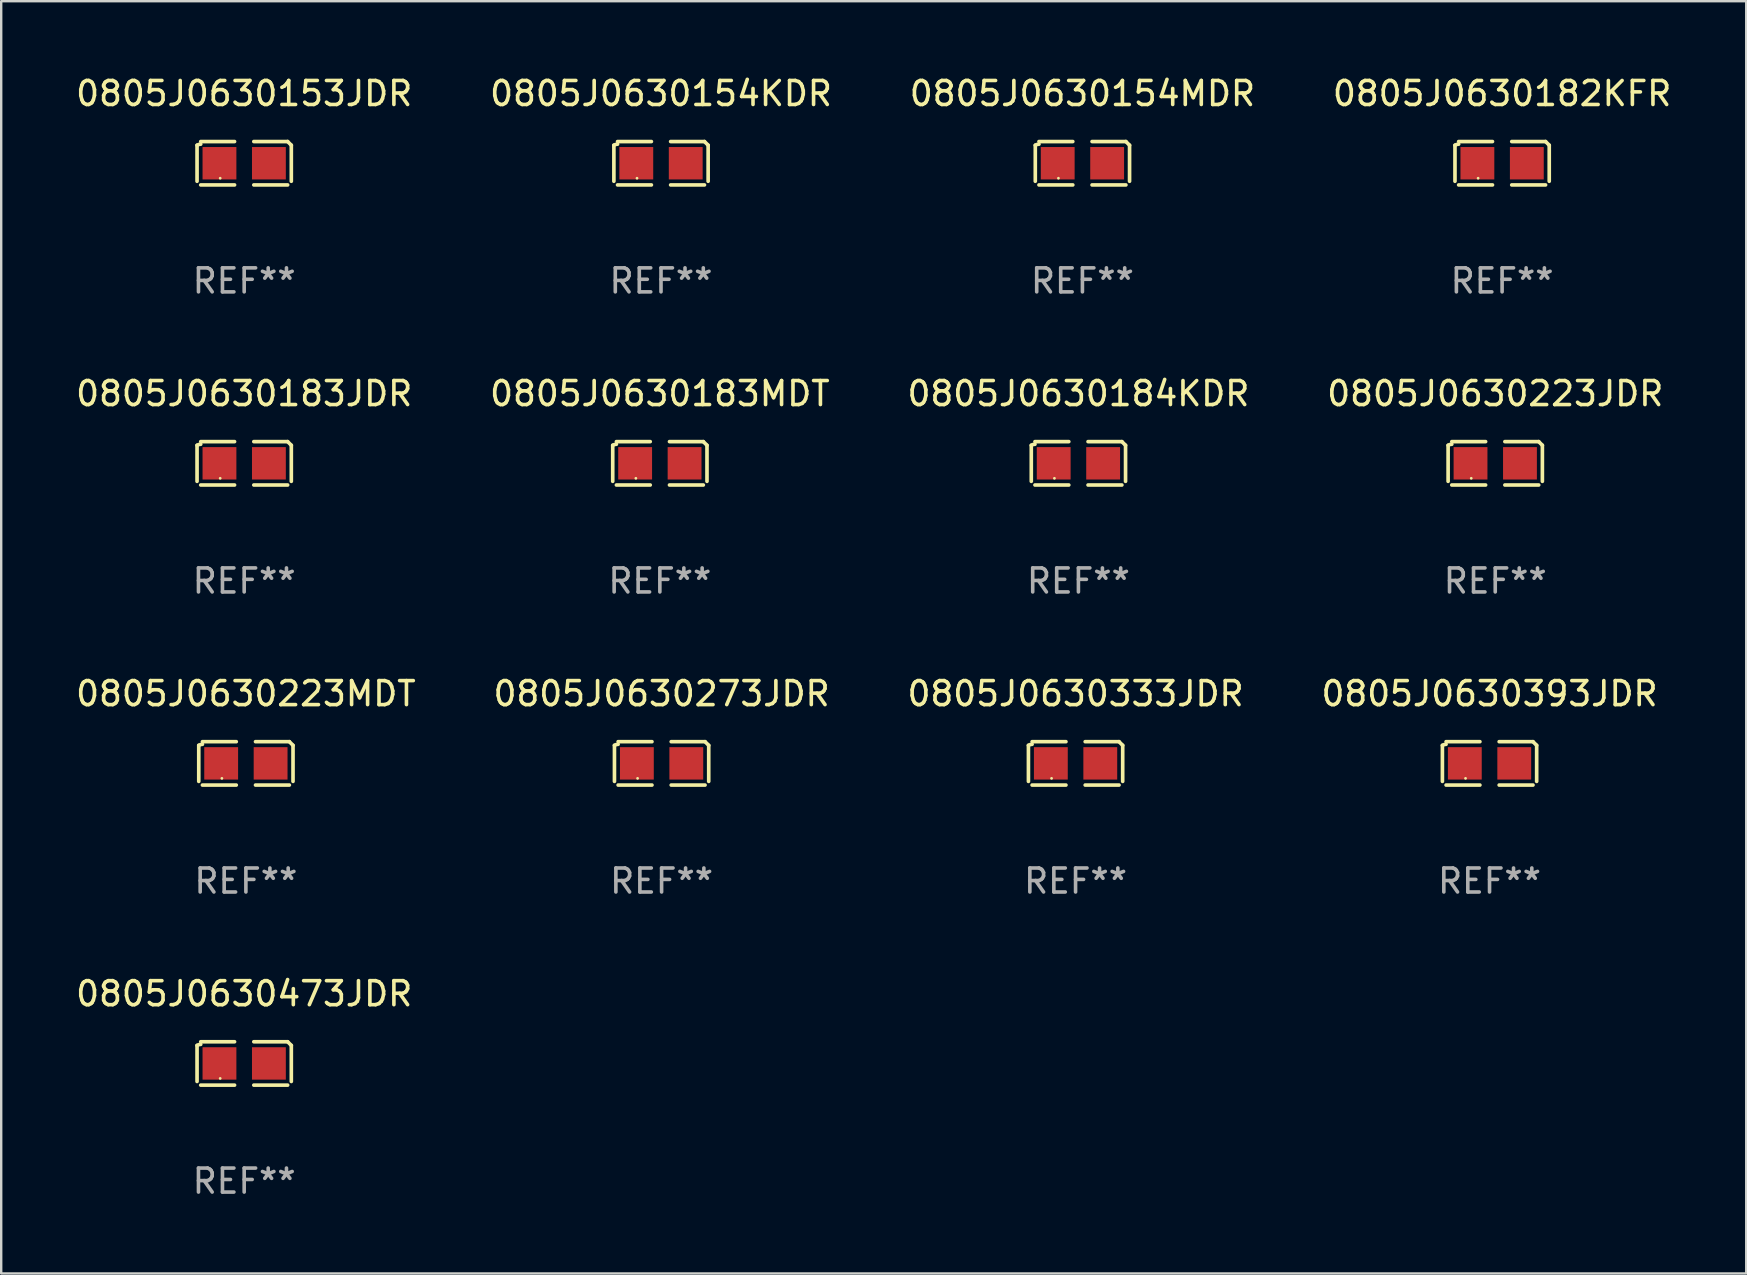
<source format=kicad_pcb>
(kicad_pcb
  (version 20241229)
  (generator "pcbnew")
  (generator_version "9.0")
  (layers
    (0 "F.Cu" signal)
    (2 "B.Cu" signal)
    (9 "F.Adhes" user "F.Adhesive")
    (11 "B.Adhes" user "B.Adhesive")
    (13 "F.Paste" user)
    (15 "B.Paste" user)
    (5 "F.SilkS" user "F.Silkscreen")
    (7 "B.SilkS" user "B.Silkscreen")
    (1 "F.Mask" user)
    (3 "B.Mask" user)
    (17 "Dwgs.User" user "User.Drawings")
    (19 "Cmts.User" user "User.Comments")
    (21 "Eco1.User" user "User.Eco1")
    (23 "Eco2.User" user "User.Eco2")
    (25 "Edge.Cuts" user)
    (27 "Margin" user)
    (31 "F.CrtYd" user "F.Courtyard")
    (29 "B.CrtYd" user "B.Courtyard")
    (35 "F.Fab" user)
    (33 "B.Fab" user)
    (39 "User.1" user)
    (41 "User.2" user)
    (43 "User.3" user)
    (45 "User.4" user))
  (footprint "0805J0630473JDR"
    (layer "F.Cu")
    (at 7.125 41.263)
    (property "Reference" "0805J0630473JDR" (at 0 -2.904 0) (layer "F.SilkS") (effects (font (size 1 1) (thickness 0.15))))
    (attr through_hole)
    (fp_line (start -1.964 0.751) (end -1.964 -0.751) (stroke (width 0.152) (type solid)) (layer "F.SilkS"))
    (fp_line (start -1.811 -0.904) (end -0.401 -0.904) (stroke (width 0.152) (type solid)) (layer "F.SilkS"))
    (fp_line (start -0.401 0.904) (end -1.811 0.904) (stroke (width 0.152) (type solid)) (layer "F.SilkS"))
    (fp_line (start 0.401 0.904) (end 1.811 0.904) (stroke (width 0.152) (type solid)) (layer "F.SilkS"))
    (fp_line (start 1.811 -0.904) (end 0.401 -0.904) (stroke (width 0.152) (type solid)) (layer "F.SilkS"))
    (fp_line (start 1.964 0.751) (end 1.964 -0.751) (stroke (width 0.152) (type solid)) (layer "F.SilkS"))
    (fp_arc (start -1.963602 -0.751207) (mid -1.890354 -0.783131) (end -1.811201 -0.794044) (stroke (width 0.1524) (type solid)) (layer "F.SilkS"))
    (fp_arc (start 1.811202 -0.903607) (mid 1.887413 -0.827418) (end 1.963602 -0.751207) (stroke (width 0.1524) (type solid)) (layer "F.SilkS"))
    (fp_circle (center -1 0.625) (end -0.97 0.625) (stroke (width 0.06) (type solid)) (fill no) (layer "F.SilkS"))
    (fp_text user "REF**" (at 0 4.904 0) (layer "F.Fab") (effects (font (size 1 1) (thickness 0.15))))
    (pad "1" smd rect (at -1.03 0) (size 1.41 1.35) (layers "F.Cu" "F.Mask" "F.Paste"))
    (pad "2" smd rect (at 1.03 0) (size 1.41 1.35) (layers "F.Cu" "F.Mask" "F.Paste")))
  (footprint "0805J0630154MDR"
    (layer "F.Cu")
    (at 42.054 3.752)
    (property "Reference" "0805J0630154MDR" (at 0 -2.904 0) (layer "F.SilkS") (effects (font (size 1 1) (thickness 0.15))))
    (attr through_hole)
    (fp_line (start -1.964 0.751) (end -1.964 -0.751) (stroke (width 0.152) (type solid)) (layer "F.SilkS"))
    (fp_line (start -1.811 -0.904) (end -0.401 -0.904) (stroke (width 0.152) (type solid)) (layer "F.SilkS"))
    (fp_line (start -0.401 0.904) (end -1.811 0.904) (stroke (width 0.152) (type solid)) (layer "F.SilkS"))
    (fp_line (start 0.401 0.904) (end 1.811 0.904) (stroke (width 0.152) (type solid)) (layer "F.SilkS"))
    (fp_line (start 1.811 -0.904) (end 0.401 -0.904) (stroke (width 0.152) (type solid)) (layer "F.SilkS"))
    (fp_line (start 1.964 0.751) (end 1.964 -0.751) (stroke (width 0.152) (type solid)) (layer "F.SilkS"))
    (fp_arc (start -1.963602 -0.751207) (mid -1.890354 -0.783131) (end -1.811201 -0.794044) (stroke (width 0.1524) (type solid)) (layer "F.SilkS"))
    (fp_arc (start 1.811202 -0.903607) (mid 1.887413 -0.827418) (end 1.963602 -0.751207) (stroke (width 0.1524) (type solid)) (layer "F.SilkS"))
    (fp_circle (center -1 0.625) (end -0.97 0.625) (stroke (width 0.06) (type solid)) (fill no) (layer "F.SilkS"))
    (fp_text user "REF**" (at 0 4.904 0) (layer "F.Fab") (effects (font (size 1 1) (thickness 0.15))))
    (pad "1" smd rect (at -1.03 0) (size 1.41 1.35) (layers "F.Cu" "F.Mask" "F.Paste"))
    (pad "2" smd rect (at 1.03 0) (size 1.41 1.35) (layers "F.Cu" "F.Mask" "F.Paste")))
  (footprint "0805J0630154KDR"
    (layer "F.Cu")
    (at 24.494 3.752)
    (property "Reference" "0805J0630154KDR" (at 0 -2.904 0) (layer "F.SilkS") (effects (font (size 1 1) (thickness 0.15))))
    (attr through_hole)
    (fp_line (start -1.964 0.751) (end -1.964 -0.751) (stroke (width 0.152) (type solid)) (layer "F.SilkS"))
    (fp_line (start -1.811 -0.904) (end -0.401 -0.904) (stroke (width 0.152) (type solid)) (layer "F.SilkS"))
    (fp_line (start -0.401 0.904) (end -1.811 0.904) (stroke (width 0.152) (type solid)) (layer "F.SilkS"))
    (fp_line (start 0.401 0.904) (end 1.811 0.904) (stroke (width 0.152) (type solid)) (layer "F.SilkS"))
    (fp_line (start 1.811 -0.904) (end 0.401 -0.904) (stroke (width 0.152) (type solid)) (layer "F.SilkS"))
    (fp_line (start 1.964 0.751) (end 1.964 -0.751) (stroke (width 0.152) (type solid)) (layer "F.SilkS"))
    (fp_arc (start -1.963602 -0.751207) (mid -1.890354 -0.783131) (end -1.811201 -0.794044) (stroke (width 0.1524) (type solid)) (layer "F.SilkS"))
    (fp_arc (start 1.811202 -0.903607) (mid 1.887413 -0.827418) (end 1.963602 -0.751207) (stroke (width 0.1524) (type solid)) (layer "F.SilkS"))
    (fp_circle (center -1 0.625) (end -0.97 0.625) (stroke (width 0.06) (type solid)) (fill no) (layer "F.SilkS"))
    (fp_text user "REF**" (at 0 4.904 0) (layer "F.Fab") (effects (font (size 1 1) (thickness 0.15))))
    (pad "1" smd rect (at -1.03 0) (size 1.41 1.35) (layers "F.Cu" "F.Mask" "F.Paste"))
    (pad "2" smd rect (at 1.03 0) (size 1.41 1.35) (layers "F.Cu" "F.Mask" "F.Paste")))
  (footprint "0805J0630273JDR"
    (layer "F.Cu")
    (at 24.518 28.759)
    (property "Reference" "0805J0630273JDR" (at 0 -2.904 0) (layer "F.SilkS") (effects (font (size 1 1) (thickness 0.15))))
    (attr through_hole)
    (fp_line (start -1.964 0.751) (end -1.964 -0.751) (stroke (width 0.152) (type solid)) (layer "F.SilkS"))
    (fp_line (start -1.811 -0.904) (end -0.401 -0.904) (stroke (width 0.152) (type solid)) (layer "F.SilkS"))
    (fp_line (start -0.401 0.904) (end -1.811 0.904) (stroke (width 0.152) (type solid)) (layer "F.SilkS"))
    (fp_line (start 0.401 0.904) (end 1.811 0.904) (stroke (width 0.152) (type solid)) (layer "F.SilkS"))
    (fp_line (start 1.811 -0.904) (end 0.401 -0.904) (stroke (width 0.152) (type solid)) (layer "F.SilkS"))
    (fp_line (start 1.964 0.751) (end 1.964 -0.751) (stroke (width 0.152) (type solid)) (layer "F.SilkS"))
    (fp_arc (start -1.963602 -0.751207) (mid -1.890354 -0.783131) (end -1.811201 -0.794044) (stroke (width 0.1524) (type solid)) (layer "F.SilkS"))
    (fp_arc (start 1.811202 -0.903607) (mid 1.887413 -0.827418) (end 1.963602 -0.751207) (stroke (width 0.1524) (type solid)) (layer "F.SilkS"))
    (fp_circle (center -1 0.625) (end -0.97 0.625) (stroke (width 0.06) (type solid)) (fill no) (layer "F.SilkS"))
    (fp_text user "REF**" (at 0 4.904 0) (layer "F.Fab") (effects (font (size 1 1) (thickness 0.15))))
    (pad "1" smd rect (at -1.03 0) (size 1.41 1.35) (layers "F.Cu" "F.Mask" "F.Paste"))
    (pad "2" smd rect (at 1.03 0) (size 1.41 1.35) (layers "F.Cu" "F.Mask" "F.Paste")))
  (footprint "0805J0630183JDR"
    (layer "F.Cu")
    (at 7.125 16.256)
    (property "Reference" "0805J0630183JDR" (at 0 -2.904 0) (layer "F.SilkS") (effects (font (size 1 1) (thickness 0.15))))
    (attr through_hole)
    (fp_line (start -1.964 0.751) (end -1.964 -0.751) (stroke (width 0.152) (type solid)) (layer "F.SilkS"))
    (fp_line (start -1.811 -0.904) (end -0.401 -0.904) (stroke (width 0.152) (type solid)) (layer "F.SilkS"))
    (fp_line (start -0.401 0.904) (end -1.811 0.904) (stroke (width 0.152) (type solid)) (layer "F.SilkS"))
    (fp_line (start 0.401 0.904) (end 1.811 0.904) (stroke (width 0.152) (type solid)) (layer "F.SilkS"))
    (fp_line (start 1.811 -0.904) (end 0.401 -0.904) (stroke (width 0.152) (type solid)) (layer "F.SilkS"))
    (fp_line (start 1.964 0.751) (end 1.964 -0.751) (stroke (width 0.152) (type solid)) (layer "F.SilkS"))
    (fp_arc (start -1.963602 -0.751207) (mid -1.890354 -0.783131) (end -1.811201 -0.794044) (stroke (width 0.1524) (type solid)) (layer "F.SilkS"))
    (fp_arc (start 1.811202 -0.903607) (mid 1.887413 -0.827418) (end 1.963602 -0.751207) (stroke (width 0.1524) (type solid)) (layer "F.SilkS"))
    (fp_circle (center -1 0.625) (end -0.97 0.625) (stroke (width 0.06) (type solid)) (fill no) (layer "F.SilkS"))
    (fp_text user "REF**" (at 0 4.904 0) (layer "F.Fab") (effects (font (size 1 1) (thickness 0.15))))
    (pad "1" smd rect (at -1.03 0) (size 1.41 1.35) (layers "F.Cu" "F.Mask" "F.Paste"))
    (pad "2" smd rect (at 1.03 0) (size 1.41 1.35) (layers "F.Cu" "F.Mask" "F.Paste")))
  (footprint "0805J0630183MDT"
    (layer "F.Cu")
    (at 24.446 16.256)
    (property "Reference" "0805J0630183MDT" (at 0 -2.904 0) (layer "F.SilkS") (effects (font (size 1 1) (thickness 0.15))))
    (attr through_hole)
    (fp_line (start -1.964 0.751) (end -1.964 -0.751) (stroke (width 0.152) (type solid)) (layer "F.SilkS"))
    (fp_line (start -1.811 -0.904) (end -0.401 -0.904) (stroke (width 0.152) (type solid)) (layer "F.SilkS"))
    (fp_line (start -0.401 0.904) (end -1.811 0.904) (stroke (width 0.152) (type solid)) (layer "F.SilkS"))
    (fp_line (start 0.401 0.904) (end 1.811 0.904) (stroke (width 0.152) (type solid)) (layer "F.SilkS"))
    (fp_line (start 1.811 -0.904) (end 0.401 -0.904) (stroke (width 0.152) (type solid)) (layer "F.SilkS"))
    (fp_line (start 1.964 0.751) (end 1.964 -0.751) (stroke (width 0.152) (type solid)) (layer "F.SilkS"))
    (fp_arc (start -1.963602 -0.751207) (mid -1.890354 -0.783131) (end -1.811201 -0.794044) (stroke (width 0.1524) (type solid)) (layer "F.SilkS"))
    (fp_arc (start 1.811202 -0.903607) (mid 1.887413 -0.827418) (end 1.963602 -0.751207) (stroke (width 0.1524) (type solid)) (layer "F.SilkS"))
    (fp_circle (center -1 0.625) (end -0.97 0.625) (stroke (width 0.06) (type solid)) (fill no) (layer "F.SilkS"))
    (fp_text user "REF**" (at 0 4.904 0) (layer "F.Fab") (effects (font (size 1 1) (thickness 0.15))))
    (pad "1" smd rect (at -1.03 0) (size 1.41 1.35) (layers "F.Cu" "F.Mask" "F.Paste"))
    (pad "2" smd rect (at 1.03 0) (size 1.41 1.35) (layers "F.Cu" "F.Mask" "F.Paste")))
  (footprint "0805J0630182KFR"
    (layer "F.Cu")
    (at 59.542 3.752)
    (property "Reference" "0805J0630182KFR" (at 0 -2.904 0) (layer "F.SilkS") (effects (font (size 1 1) (thickness 0.15))))
    (attr through_hole)
    (fp_line (start -1.964 0.751) (end -1.964 -0.751) (stroke (width 0.152) (type solid)) (layer "F.SilkS"))
    (fp_line (start -1.811 -0.904) (end -0.401 -0.904) (stroke (width 0.152) (type solid)) (layer "F.SilkS"))
    (fp_line (start -0.401 0.904) (end -1.811 0.904) (stroke (width 0.152) (type solid)) (layer "F.SilkS"))
    (fp_line (start 0.401 0.904) (end 1.811 0.904) (stroke (width 0.152) (type solid)) (layer "F.SilkS"))
    (fp_line (start 1.811 -0.904) (end 0.401 -0.904) (stroke (width 0.152) (type solid)) (layer "F.SilkS"))
    (fp_line (start 1.964 0.751) (end 1.964 -0.751) (stroke (width 0.152) (type solid)) (layer "F.SilkS"))
    (fp_arc (start -1.963602 -0.751207) (mid -1.890354 -0.783131) (end -1.811201 -0.794044) (stroke (width 0.1524) (type solid)) (layer "F.SilkS"))
    (fp_arc (start 1.811202 -0.903607) (mid 1.887413 -0.827418) (end 1.963602 -0.751207) (stroke (width 0.1524) (type solid)) (layer "F.SilkS"))
    (fp_circle (center -1 0.625) (end -0.97 0.625) (stroke (width 0.06) (type solid)) (fill no) (layer "F.SilkS"))
    (fp_text user "REF**" (at 0 4.904 0) (layer "F.Fab") (effects (font (size 1 1) (thickness 0.15))))
    (pad "1" smd rect (at -1.03 0) (size 1.41 1.35) (layers "F.Cu" "F.Mask" "F.Paste"))
    (pad "2" smd rect (at 1.03 0) (size 1.41 1.35) (layers "F.Cu" "F.Mask" "F.Paste")))
  (footprint "0805J0630393JDR"
    (layer "F.Cu")
    (at 59.018 28.759)
    (property "Reference" "0805J0630393JDR" (at 0 -2.904 0) (layer "F.SilkS") (effects (font (size 1 1) (thickness 0.15))))
    (attr through_hole)
    (fp_line (start -1.964 0.751) (end -1.964 -0.751) (stroke (width 0.152) (type solid)) (layer "F.SilkS"))
    (fp_line (start -1.811 -0.904) (end -0.401 -0.904) (stroke (width 0.152) (type solid)) (layer "F.SilkS"))
    (fp_line (start -0.401 0.904) (end -1.811 0.904) (stroke (width 0.152) (type solid)) (layer "F.SilkS"))
    (fp_line (start 0.401 0.904) (end 1.811 0.904) (stroke (width 0.152) (type solid)) (layer "F.SilkS"))
    (fp_line (start 1.811 -0.904) (end 0.401 -0.904) (stroke (width 0.152) (type solid)) (layer "F.SilkS"))
    (fp_line (start 1.964 0.751) (end 1.964 -0.751) (stroke (width 0.152) (type solid)) (layer "F.SilkS"))
    (fp_arc (start -1.963602 -0.751207) (mid -1.890354 -0.783131) (end -1.811201 -0.794044) (stroke (width 0.1524) (type solid)) (layer "F.SilkS"))
    (fp_arc (start 1.811202 -0.903607) (mid 1.887413 -0.827418) (end 1.963602 -0.751207) (stroke (width 0.1524) (type solid)) (layer "F.SilkS"))
    (fp_circle (center -1 0.625) (end -0.97 0.625) (stroke (width 0.06) (type solid)) (fill no) (layer "F.SilkS"))
    (fp_text user "REF**" (at 0 4.904 0) (layer "F.Fab") (effects (font (size 1 1) (thickness 0.15))))
    (pad "1" smd rect (at -1.03 0) (size 1.41 1.35) (layers "F.Cu" "F.Mask" "F.Paste"))
    (pad "2" smd rect (at 1.03 0) (size 1.41 1.35) (layers "F.Cu" "F.Mask" "F.Paste")))
  (footprint "0805J0630153JDR"
    (layer "F.Cu")
    (at 7.125 3.752)
    (property "Reference" "0805J0630153JDR" (at 0 -2.904 0) (layer "F.SilkS") (effects (font (size 1 1) (thickness 0.15))))
    (attr through_hole)
    (fp_line (start -1.964 0.751) (end -1.964 -0.751) (stroke (width 0.152) (type solid)) (layer "F.SilkS"))
    (fp_line (start -1.811 -0.904) (end -0.401 -0.904) (stroke (width 0.152) (type solid)) (layer "F.SilkS"))
    (fp_line (start -0.401 0.904) (end -1.811 0.904) (stroke (width 0.152) (type solid)) (layer "F.SilkS"))
    (fp_line (start 0.401 0.904) (end 1.811 0.904) (stroke (width 0.152) (type solid)) (layer "F.SilkS"))
    (fp_line (start 1.811 -0.904) (end 0.401 -0.904) (stroke (width 0.152) (type solid)) (layer "F.SilkS"))
    (fp_line (start 1.964 0.751) (end 1.964 -0.751) (stroke (width 0.152) (type solid)) (layer "F.SilkS"))
    (fp_arc (start -1.963602 -0.751207) (mid -1.890354 -0.783131) (end -1.811201 -0.794044) (stroke (width 0.1524) (type solid)) (layer "F.SilkS"))
    (fp_arc (start 1.811202 -0.903607) (mid 1.887413 -0.827418) (end 1.963602 -0.751207) (stroke (width 0.1524) (type solid)) (layer "F.SilkS"))
    (fp_circle (center -1 0.625) (end -0.97 0.625) (stroke (width 0.06) (type solid)) (fill no) (layer "F.SilkS"))
    (fp_text user "REF**" (at 0 4.904 0) (layer "F.Fab") (effects (font (size 1 1) (thickness 0.15))))
    (pad "1" smd rect (at -1.03 0) (size 1.41 1.35) (layers "F.Cu" "F.Mask" "F.Paste"))
    (pad "2" smd rect (at 1.03 0) (size 1.41 1.35) (layers "F.Cu" "F.Mask" "F.Paste")))
  (footprint "0805J0630184KDR"
    (layer "F.Cu")
    (at 41.887 16.256)
    (property "Reference" "0805J0630184KDR" (at 0 -2.904 0) (layer "F.SilkS") (effects (font (size 1 1) (thickness 0.15))))
    (attr through_hole)
    (fp_line (start -1.964 0.751) (end -1.964 -0.751) (stroke (width 0.152) (type solid)) (layer "F.SilkS"))
    (fp_line (start -1.811 -0.904) (end -0.401 -0.904) (stroke (width 0.152) (type solid)) (layer "F.SilkS"))
    (fp_line (start -0.401 0.904) (end -1.811 0.904) (stroke (width 0.152) (type solid)) (layer "F.SilkS"))
    (fp_line (start 0.401 0.904) (end 1.811 0.904) (stroke (width 0.152) (type solid)) (layer "F.SilkS"))
    (fp_line (start 1.811 -0.904) (end 0.401 -0.904) (stroke (width 0.152) (type solid)) (layer "F.SilkS"))
    (fp_line (start 1.964 0.751) (end 1.964 -0.751) (stroke (width 0.152) (type solid)) (layer "F.SilkS"))
    (fp_arc (start -1.963602 -0.751207) (mid -1.890354 -0.783131) (end -1.811201 -0.794044) (stroke (width 0.1524) (type solid)) (layer "F.SilkS"))
    (fp_arc (start 1.811202 -0.903607) (mid 1.887413 -0.827418) (end 1.963602 -0.751207) (stroke (width 0.1524) (type solid)) (layer "F.SilkS"))
    (fp_circle (center -1 0.625) (end -0.97 0.625) (stroke (width 0.06) (type solid)) (fill no) (layer "F.SilkS"))
    (fp_text user "REF**" (at 0 4.904 0) (layer "F.Fab") (effects (font (size 1 1) (thickness 0.15))))
    (pad "1" smd rect (at -1.03 0) (size 1.41 1.35) (layers "F.Cu" "F.Mask" "F.Paste"))
    (pad "2" smd rect (at 1.03 0) (size 1.41 1.35) (layers "F.Cu" "F.Mask" "F.Paste")))
  (footprint "0805J0630223JDR"
    (layer "F.Cu")
    (at 59.256 16.256)
    (property "Reference" "0805J0630223JDR" (at 0 -2.904 0) (layer "F.SilkS") (effects (font (size 1 1) (thickness 0.15))))
    (attr through_hole)
    (fp_line (start -1.964 0.751) (end -1.964 -0.751) (stroke (width 0.152) (type solid)) (layer "F.SilkS"))
    (fp_line (start -1.811 -0.904) (end -0.401 -0.904) (stroke (width 0.152) (type solid)) (layer "F.SilkS"))
    (fp_line (start -0.401 0.904) (end -1.811 0.904) (stroke (width 0.152) (type solid)) (layer "F.SilkS"))
    (fp_line (start 0.401 0.904) (end 1.811 0.904) (stroke (width 0.152) (type solid)) (layer "F.SilkS"))
    (fp_line (start 1.811 -0.904) (end 0.401 -0.904) (stroke (width 0.152) (type solid)) (layer "F.SilkS"))
    (fp_line (start 1.964 0.751) (end 1.964 -0.751) (stroke (width 0.152) (type solid)) (layer "F.SilkS"))
    (fp_arc (start -1.963602 -0.751207) (mid -1.890354 -0.783131) (end -1.811201 -0.794044) (stroke (width 0.1524) (type solid)) (layer "F.SilkS"))
    (fp_arc (start 1.811202 -0.903607) (mid 1.887413 -0.827418) (end 1.963602 -0.751207) (stroke (width 0.1524) (type solid)) (layer "F.SilkS"))
    (fp_circle (center -1 0.625) (end -0.97 0.625) (stroke (width 0.06) (type solid)) (fill no) (layer "F.SilkS"))
    (fp_text user "REF**" (at 0 4.904 0) (layer "F.Fab") (effects (font (size 1 1) (thickness 0.15))))
    (pad "1" smd rect (at -1.03 0) (size 1.41 1.35) (layers "F.Cu" "F.Mask" "F.Paste"))
    (pad "2" smd rect (at 1.03 0) (size 1.41 1.35) (layers "F.Cu" "F.Mask" "F.Paste")))
  (footprint "0805J0630223MDT"
    (layer "F.Cu")
    (at 7.196 28.759)
    (property "Reference" "0805J0630223MDT" (at 0 -2.904 0) (layer "F.SilkS") (effects (font (size 1 1) (thickness 0.15))))
    (attr through_hole)
    (fp_line (start -1.964 0.751) (end -1.964 -0.751) (stroke (width 0.152) (type solid)) (layer "F.SilkS"))
    (fp_line (start -1.811 -0.904) (end -0.401 -0.904) (stroke (width 0.152) (type solid)) (layer "F.SilkS"))
    (fp_line (start -0.401 0.904) (end -1.811 0.904) (stroke (width 0.152) (type solid)) (layer "F.SilkS"))
    (fp_line (start 0.401 0.904) (end 1.811 0.904) (stroke (width 0.152) (type solid)) (layer "F.SilkS"))
    (fp_line (start 1.811 -0.904) (end 0.401 -0.904) (stroke (width 0.152) (type solid)) (layer "F.SilkS"))
    (fp_line (start 1.964 0.751) (end 1.964 -0.751) (stroke (width 0.152) (type solid)) (layer "F.SilkS"))
    (fp_arc (start -1.963602 -0.751207) (mid -1.890354 -0.783131) (end -1.811201 -0.794044) (stroke (width 0.1524) (type solid)) (layer "F.SilkS"))
    (fp_arc (start 1.811202 -0.903607) (mid 1.887413 -0.827418) (end 1.963602 -0.751207) (stroke (width 0.1524) (type solid)) (layer "F.SilkS"))
    (fp_circle (center -1 0.625) (end -0.97 0.625) (stroke (width 0.06) (type solid)) (fill no) (layer "F.SilkS"))
    (fp_text user "REF**" (at 0 4.904 0) (layer "F.Fab") (effects (font (size 1 1) (thickness 0.15))))
    (pad "1" smd rect (at -1.03 0) (size 1.41 1.35) (layers "F.Cu" "F.Mask" "F.Paste"))
    (pad "2" smd rect (at 1.03 0) (size 1.41 1.35) (layers "F.Cu" "F.Mask" "F.Paste")))
  (footprint "0805J0630333JDR"
    (layer "F.Cu")
    (at 41.768 28.759)
    (property "Reference" "0805J0630333JDR" (at 0 -2.904 0) (layer "F.SilkS") (effects (font (size 1 1) (thickness 0.15))))
    (attr through_hole)
    (fp_line (start -1.964 0.751) (end -1.964 -0.751) (stroke (width 0.152) (type solid)) (layer "F.SilkS"))
    (fp_line (start -1.811 -0.904) (end -0.401 -0.904) (stroke (width 0.152) (type solid)) (layer "F.SilkS"))
    (fp_line (start -0.401 0.904) (end -1.811 0.904) (stroke (width 0.152) (type solid)) (layer "F.SilkS"))
    (fp_line (start 0.401 0.904) (end 1.811 0.904) (stroke (width 0.152) (type solid)) (layer "F.SilkS"))
    (fp_line (start 1.811 -0.904) (end 0.401 -0.904) (stroke (width 0.152) (type solid)) (layer "F.SilkS"))
    (fp_line (start 1.964 0.751) (end 1.964 -0.751) (stroke (width 0.152) (type solid)) (layer "F.SilkS"))
    (fp_arc (start -1.963602 -0.751207) (mid -1.890354 -0.783131) (end -1.811201 -0.794044) (stroke (width 0.1524) (type solid)) (layer "F.SilkS"))
    (fp_arc (start 1.811202 -0.903607) (mid 1.887413 -0.827418) (end 1.963602 -0.751207) (stroke (width 0.1524) (type solid)) (layer "F.SilkS"))
    (fp_circle (center -1 0.625) (end -0.97 0.625) (stroke (width 0.06) (type solid)) (fill no) (layer "F.SilkS"))
    (fp_text user "REF**" (at 0 4.904 0) (layer "F.Fab") (effects (font (size 1 1) (thickness 0.15))))
    (pad "1" smd rect (at -1.03 0) (size 1.41 1.35) (layers "F.Cu" "F.Mask" "F.Paste"))
    (pad "2" smd rect (at 1.03 0) (size 1.41 1.35) (layers "F.Cu" "F.Mask" "F.Paste")))
  (gr_rect
    (start -3 -3)
    (end 69.714 50.015)
    (stroke (width 0.1) (type default))
    (fill no)
    (layer "Edge.Cuts")))
</source>
